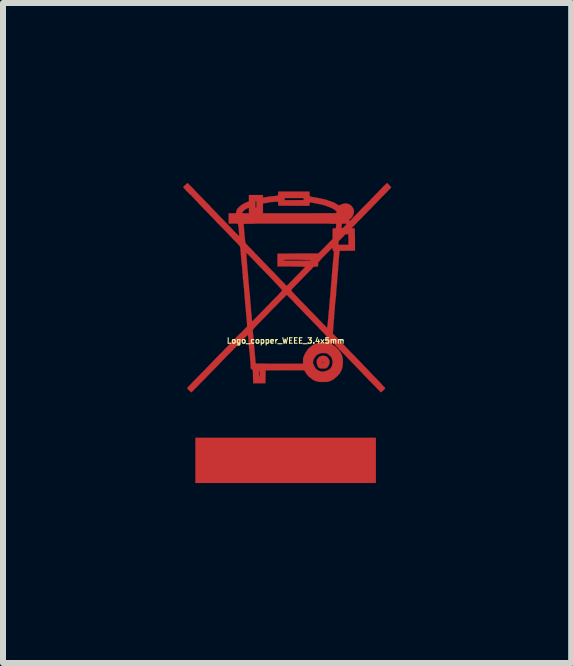
<source format=kicad_pcb>
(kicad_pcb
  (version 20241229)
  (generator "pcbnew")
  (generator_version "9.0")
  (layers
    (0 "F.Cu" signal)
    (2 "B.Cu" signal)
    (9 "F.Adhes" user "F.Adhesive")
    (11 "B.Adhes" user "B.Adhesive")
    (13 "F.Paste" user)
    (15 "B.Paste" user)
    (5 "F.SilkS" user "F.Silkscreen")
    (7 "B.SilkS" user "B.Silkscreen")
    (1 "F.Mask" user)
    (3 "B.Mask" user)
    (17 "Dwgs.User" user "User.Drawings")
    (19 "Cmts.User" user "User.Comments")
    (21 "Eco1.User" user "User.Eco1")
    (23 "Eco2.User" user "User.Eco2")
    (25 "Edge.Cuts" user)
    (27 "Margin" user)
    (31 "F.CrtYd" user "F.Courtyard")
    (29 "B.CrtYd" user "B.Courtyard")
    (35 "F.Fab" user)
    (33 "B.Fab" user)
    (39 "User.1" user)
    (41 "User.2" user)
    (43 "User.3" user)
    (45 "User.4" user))
  (footprint "Logo_copper_WEEE_3.4x5mm"
    (layer "F.Cu")
    (at 1.711 2.529)
    (property "Reference" "Logo_copper_WEEE_3.4x5mm" (at 0 0.1 0) (layer "F.SilkS") (effects (font (size 0.091 0.091) (thickness 0.018))))
    (attr exclude_from_pos_files exclude_from_bom)
    (fp_poly (pts (xy 1.504 2.471) (xy 0 2.471) (xy -1.504 2.471) (xy -1.504 2.093) (xy -1.504 1.717) (xy 0 1.717) (xy 1.504 1.717) (xy 1.504 2.093) (xy 1.504 2.471)) (stroke (width 0.003) (type solid)) (fill yes) (layer "F.Cu"))
    (fp_poly (pts (xy 0.732 0.457) (xy 0.729 0.475) (xy 0.726 0.49) (xy 0.721 0.503) (xy 0.711 0.521) (xy 0.696 0.544) (xy 0.681 0.554) (xy 0.673 0.559) (xy 0.658 0.561) (xy 0.638 0.564) (xy 0.63 0.564) (xy 0.63 0.457) (xy 0.625 0.452) (xy 0.617 0.452) (xy 0.615 0.455) (xy 0.612 0.462) (xy 0.617 0.47) (xy 0.622 0.472) (xy 0.627 0.467) (xy 0.63 0.465) (xy 0.63 0.457) (xy 0.63 0.564) (xy 0.615 0.564) (xy 0.592 0.564) (xy 0.577 0.561) (xy 0.554 0.551) (xy 0.536 0.531) (xy 0.526 0.505) (xy 0.518 0.472) (xy 0.518 0.457) (xy 0.518 0.437) (xy 0.521 0.422) (xy 0.526 0.409) (xy 0.536 0.396) (xy 0.556 0.371) (xy 0.579 0.358) (xy 0.61 0.351) (xy 0.625 0.351) (xy 0.653 0.353) (xy 0.676 0.361) (xy 0.696 0.376) (xy 0.711 0.396) (xy 0.721 0.411) (xy 0.729 0.424) (xy 0.729 0.437) (xy 0.732 0.457)) (stroke (width 0.003) (type solid)) (fill yes) (layer "F.Cu"))
    (fp_poly (pts (xy 1.758 -2.456) (xy 1.755 -2.451) (xy 1.745 -2.438) (xy 1.727 -2.423) (xy 1.707 -2.4) (xy 1.684 -2.375) (xy 1.656 -2.349) (xy 1.648 -2.339) (xy 1.618 -2.309) (xy 1.585 -2.276) (xy 1.554 -2.243) (xy 1.524 -2.212) (xy 1.501 -2.187) (xy 1.481 -2.169) (xy 1.466 -2.151) (xy 1.443 -2.129) (xy 1.415 -2.098) (xy 1.382 -2.068) (xy 1.349 -2.032) (xy 1.313 -1.996) (xy 1.28 -1.961) (xy 1.24 -1.92) (xy 1.204 -1.885) (xy 1.179 -1.857) (xy 1.156 -1.834) (xy 1.138 -1.816) (xy 1.125 -1.803) (xy 1.115 -1.793) (xy 1.11 -1.786) (xy 1.107 -1.783) (xy 1.105 -1.778) (xy 1.113 -1.775) (xy 1.125 -1.773) (xy 1.13 -1.773) (xy 1.153 -1.77) (xy 1.156 -1.585) (xy 1.156 -1.4) (xy 1.046 -1.4) (xy 1.046 -1.499) (xy 1.046 -1.585) (xy 1.044 -1.674) (xy 1.021 -1.674) (xy 1.013 -1.676) (xy 1.013 -1.844) (xy 1.013 -1.847) (xy 1.008 -1.849) (xy 0.993 -1.852) (xy 0.978 -1.852) (xy 0.96 -1.852) (xy 0.945 -1.849) (xy 0.94 -1.849) (xy 0.937 -1.841) (xy 0.935 -1.829) (xy 0.932 -1.811) (xy 0.932 -1.796) (xy 0.932 -1.781) (xy 0.932 -1.778) (xy 0.937 -1.773) (xy 0.947 -1.778) (xy 0.963 -1.788) (xy 0.98 -1.803) (xy 0.986 -1.808) (xy 0.998 -1.824) (xy 1.008 -1.836) (xy 1.013 -1.844) (xy 1.013 -1.676) (xy 0.998 -1.676) (xy 0.94 -1.615) (xy 0.881 -1.557) (xy 0.881 -1.527) (xy 0.881 -1.499) (xy 0.965 -1.499) (xy 1.046 -1.499) (xy 1.046 -1.4) (xy 1.029 -1.4) (xy 0.899 -1.397) (xy 0.897 -1.364) (xy 0.894 -1.346) (xy 0.892 -1.318) (xy 0.889 -1.29) (xy 0.886 -1.26) (xy 0.886 -1.257) (xy 0.884 -1.229) (xy 0.881 -1.201) (xy 0.881 -1.176) (xy 0.879 -1.161) (xy 0.879 -1.158) (xy 0.876 -1.143) (xy 0.876 -1.118) (xy 0.874 -1.087) (xy 0.871 -1.054) (xy 0.869 -1.021) (xy 0.866 -0.993) (xy 0.864 -0.968) (xy 0.861 -0.95) (xy 0.861 -0.927) (xy 0.859 -0.897) (xy 0.856 -0.866) (xy 0.856 -0.859) (xy 0.853 -0.831) (xy 0.851 -0.808) (xy 0.851 -0.79) (xy 0.848 -0.785) (xy 0.848 -2.04) (xy 0.848 -2.05) (xy 0.841 -2.06) (xy 0.828 -2.073) (xy 0.826 -2.075) (xy 0.808 -2.088) (xy 0.79 -2.098) (xy 0.78 -2.106) (xy 0.759 -2.113) (xy 0.742 -2.121) (xy 0.739 -2.123) (xy 0.691 -2.141) (xy 0.64 -2.159) (xy 0.579 -2.174) (xy 0.511 -2.187) (xy 0.47 -2.195) (xy 0.447 -2.2) (xy 0.427 -2.202) (xy 0.414 -2.205) (xy 0.409 -2.205) (xy 0.404 -2.205) (xy 0.401 -2.197) (xy 0.399 -2.182) (xy 0.399 -2.177) (xy 0.399 -2.149) (xy 0.3 -2.149) (xy 0.3 -2.278) (xy 0.142 -2.278) (xy -0.015 -2.278) (xy -0.015 -2.261) (xy -0.015 -2.243) (xy 0.14 -2.243) (xy 0.297 -2.245) (xy 0.3 -2.261) (xy 0.3 -2.278) (xy 0.3 -2.149) (xy 0.135 -2.149) (xy -0.124 -2.151) (xy -0.124 -2.184) (xy -0.127 -2.217) (xy -0.147 -2.217) (xy -0.168 -2.217) (xy -0.193 -2.215) (xy -0.218 -2.212) (xy -0.241 -2.21) (xy -0.259 -2.21) (xy -0.272 -2.207) (xy -0.277 -2.205) (xy -0.284 -2.202) (xy -0.3 -2.2) (xy -0.312 -2.197) (xy -0.333 -2.195) (xy -0.353 -2.192) (xy -0.361 -2.192) (xy -0.378 -2.189) (xy -0.378 -2.106) (xy -0.378 -2.024) (xy 0.234 -2.024) (xy 0.848 -2.027) (xy 0.848 -2.04) (xy 0.848 -0.785) (xy 0.848 -0.78) (xy 0.848 -0.777) (xy 0.846 -0.772) (xy 0.846 -0.757) (xy 0.846 -0.739) (xy 0.843 -0.732) (xy 0.843 -0.709) (xy 0.843 -0.699) (xy 0.843 -1.831) (xy 0.841 -1.844) (xy 0.838 -1.849) (xy 0.833 -1.849) (xy 0.818 -1.849) (xy 0.792 -1.849) (xy 0.759 -1.849) (xy 0.719 -1.852) (xy 0.671 -1.852) (xy 0.617 -1.852) (xy 0.559 -1.852) (xy 0.495 -1.852) (xy 0.427 -1.852) (xy 0.356 -1.852) (xy 0.282 -1.852) (xy 0.208 -1.852) (xy 0.13 -1.852) (xy 0.053 -1.852) (xy -0.023 -1.852) (xy -0.099 -1.852) (xy -0.173 -1.852) (xy -0.246 -1.852) (xy -0.315 -1.852) (xy -0.381 -1.852) (xy -0.442 -1.852) (xy -0.488 -1.852) (xy -0.488 -2.174) (xy -0.488 -2.2) (xy -0.488 -2.217) (xy -0.49 -2.228) (xy -0.493 -2.23) (xy -0.495 -2.23) (xy -0.498 -2.23) (xy -0.5 -2.223) (xy -0.503 -2.212) (xy -0.503 -2.192) (xy -0.503 -2.174) (xy -0.503 -2.151) (xy -0.5 -2.134) (xy -0.5 -2.121) (xy -0.5 -2.116) (xy -0.495 -2.113) (xy -0.49 -2.118) (xy -0.488 -2.134) (xy -0.488 -2.156) (xy -0.488 -2.174) (xy -0.488 -1.852) (xy -0.5 -1.852) (xy -0.551 -1.849) (xy -0.594 -1.849) (xy -0.612 -1.849) (xy -0.612 -2.024) (xy -0.612 -2.07) (xy -0.612 -2.09) (xy -0.612 -2.106) (xy -0.615 -2.116) (xy -0.615 -2.118) (xy -0.625 -2.113) (xy -0.64 -2.106) (xy -0.66 -2.095) (xy -0.678 -2.083) (xy -0.696 -2.07) (xy -0.699 -2.065) (xy -0.716 -2.05) (xy -0.724 -2.037) (xy -0.724 -2.029) (xy -0.716 -2.027) (xy -0.701 -2.024) (xy -0.673 -2.024) (xy -0.668 -2.024) (xy -0.612 -2.024) (xy -0.612 -1.849) (xy -0.632 -1.849) (xy -0.663 -1.849) (xy -0.683 -1.849) (xy -0.696 -1.847) (xy -0.699 -1.841) (xy -0.699 -1.826) (xy -0.696 -1.803) (xy -0.693 -1.775) (xy -0.693 -1.753) (xy -0.691 -1.72) (xy -0.686 -1.689) (xy -0.686 -1.664) (xy -0.683 -1.643) (xy -0.683 -1.633) (xy -0.678 -1.6) (xy -0.676 -1.572) (xy -0.673 -1.554) (xy -0.671 -1.539) (xy -0.668 -1.529) (xy -0.663 -1.521) (xy -0.658 -1.516) (xy -0.65 -1.509) (xy -0.638 -1.494) (xy -0.62 -1.473) (xy -0.594 -1.448) (xy -0.566 -1.42) (xy -0.536 -1.387) (xy -0.503 -1.351) (xy -0.467 -1.316) (xy -0.432 -1.28) (xy -0.396 -1.242) (xy -0.363 -1.206) (xy -0.345 -1.191) (xy -0.323 -1.166) (xy -0.297 -1.14) (xy -0.274 -1.115) (xy -0.254 -1.095) (xy -0.241 -1.082) (xy -0.218 -1.059) (xy -0.191 -1.031) (xy -0.163 -1.001) (xy -0.135 -0.973) (xy -0.107 -0.942) (xy -0.079 -0.912) (xy -0.053 -0.886) (xy -0.03 -0.864) (xy -0.013 -0.843) (xy 0 -0.831) (xy 0.008 -0.823) (xy 0.008 -0.82) (xy 0.015 -0.815) (xy 0.015 -0.813) (xy 0.02 -0.818) (xy 0.03 -0.828) (xy 0.046 -0.841) (xy 0.064 -0.859) (xy 0.071 -0.869) (xy 0.091 -0.889) (xy 0.117 -0.914) (xy 0.145 -0.945) (xy 0.175 -0.975) (xy 0.206 -1.006) (xy 0.226 -1.026) (xy 0.251 -1.052) (xy 0.274 -1.077) (xy 0.295 -1.097) (xy 0.31 -1.115) (xy 0.32 -1.125) (xy 0.325 -1.13) (xy 0.32 -1.133) (xy 0.305 -1.133) (xy 0.282 -1.133) (xy 0.249 -1.135) (xy 0.208 -1.135) (xy 0.16 -1.135) (xy 0.104 -1.138) (xy 0.094 -1.138) (xy -0.137 -1.138) (xy -0.137 -1.245) (xy -0.137 -1.351) (xy 0.203 -1.354) (xy 0.544 -1.354) (xy 0.582 -1.392) (xy 0.597 -1.407) (xy 0.617 -1.427) (xy 0.643 -1.453) (xy 0.668 -1.481) (xy 0.696 -1.506) (xy 0.701 -1.514) (xy 0.782 -1.595) (xy 0.782 -1.681) (xy 0.782 -1.714) (xy 0.782 -1.737) (xy 0.785 -1.753) (xy 0.785 -1.763) (xy 0.787 -1.768) (xy 0.79 -1.77) (xy 0.795 -1.773) (xy 0.805 -1.773) (xy 0.81 -1.773) (xy 0.826 -1.773) (xy 0.833 -1.775) (xy 0.838 -1.786) (xy 0.841 -1.803) (xy 0.841 -1.808) (xy 0.843 -1.831) (xy 0.843 -0.699) (xy 0.841 -0.683) (xy 0.841 -0.663) (xy 0.838 -0.643) (xy 0.836 -0.62) (xy 0.833 -0.594) (xy 0.831 -0.572) (xy 0.828 -0.551) (xy 0.828 -0.538) (xy 0.828 -0.536) (xy 0.826 -0.523) (xy 0.823 -0.505) (xy 0.823 -0.483) (xy 0.82 -0.465) (xy 0.82 -0.442) (xy 0.818 -0.419) (xy 0.818 -0.401) (xy 0.815 -0.396) (xy 0.815 -0.384) (xy 0.813 -0.363) (xy 0.813 -0.345) (xy 0.81 -0.333) (xy 0.808 -0.31) (xy 0.808 -0.279) (xy 0.803 -0.246) (xy 0.803 -0.231) (xy 0.803 -1.387) (xy 0.803 -1.394) (xy 0.8 -1.397) (xy 0.798 -1.4) (xy 0.792 -1.4) (xy 0.787 -1.402) (xy 0.785 -1.407) (xy 0.782 -1.42) (xy 0.782 -1.425) (xy 0.782 -1.438) (xy 0.78 -1.445) (xy 0.777 -1.448) (xy 0.772 -1.443) (xy 0.762 -1.433) (xy 0.747 -1.417) (xy 0.726 -1.397) (xy 0.704 -1.374) (xy 0.678 -1.349) (xy 0.653 -1.323) (xy 0.627 -1.298) (xy 0.605 -1.273) (xy 0.584 -1.25) (xy 0.566 -1.229) (xy 0.551 -1.214) (xy 0.544 -1.204) (xy 0.541 -1.201) (xy 0.541 -1.189) (xy 0.541 -1.173) (xy 0.541 -1.168) (xy 0.541 -1.156) (xy 0.541 -1.143) (xy 0.538 -1.143) (xy 0.533 -1.138) (xy 0.518 -1.135) (xy 0.503 -1.135) (xy 0.467 -1.133) (xy 0.429 -1.092) (xy 0.429 -1.242) (xy 0.427 -1.242) (xy 0.419 -1.245) (xy 0.404 -1.245) (xy 0.386 -1.247) (xy 0.358 -1.247) (xy 0.323 -1.247) (xy 0.279 -1.247) (xy 0.229 -1.25) (xy 0.198 -1.25) (xy 0.15 -1.25) (xy 0.107 -1.25) (xy 0.066 -1.25) (xy 0.03 -1.25) (xy 0 -1.25) (xy -0.018 -1.247) (xy -0.03 -1.247) (xy -0.033 -1.247) (xy -0.038 -1.242) (xy -0.038 -1.24) (xy -0.033 -1.24) (xy -0.018 -1.237) (xy 0.003 -1.237) (xy 0.033 -1.234) (xy 0.066 -1.234) (xy 0.104 -1.234) (xy 0.145 -1.234) (xy 0.188 -1.234) (xy 0.229 -1.234) (xy 0.272 -1.234) (xy 0.31 -1.234) (xy 0.345 -1.237) (xy 0.376 -1.237) (xy 0.401 -1.237) (xy 0.419 -1.24) (xy 0.427 -1.24) (xy 0.429 -1.242) (xy 0.429 -1.092) (xy 0.282 -0.942) (xy 0.246 -0.904) (xy 0.211 -0.869) (xy 0.18 -0.838) (xy 0.152 -0.808) (xy 0.13 -0.785) (xy 0.112 -0.765) (xy 0.099 -0.749) (xy 0.094 -0.742) (xy 0.097 -0.734) (xy 0.107 -0.721) (xy 0.119 -0.706) (xy 0.137 -0.686) (xy 0.142 -0.681) (xy 0.16 -0.663) (xy 0.183 -0.64) (xy 0.211 -0.61) (xy 0.239 -0.579) (xy 0.269 -0.549) (xy 0.3 -0.518) (xy 0.328 -0.488) (xy 0.356 -0.46) (xy 0.381 -0.432) (xy 0.404 -0.409) (xy 0.422 -0.391) (xy 0.434 -0.378) (xy 0.447 -0.366) (xy 0.462 -0.348) (xy 0.485 -0.328) (xy 0.511 -0.3) (xy 0.538 -0.272) (xy 0.566 -0.241) (xy 0.574 -0.234) (xy 0.602 -0.206) (xy 0.627 -0.178) (xy 0.65 -0.157) (xy 0.668 -0.137) (xy 0.681 -0.124) (xy 0.688 -0.119) (xy 0.688 -0.117) (xy 0.691 -0.122) (xy 0.693 -0.135) (xy 0.696 -0.147) (xy 0.699 -0.175) (xy 0.704 -0.211) (xy 0.706 -0.246) (xy 0.711 -0.282) (xy 0.711 -0.312) (xy 0.714 -0.335) (xy 0.716 -0.363) (xy 0.719 -0.391) (xy 0.721 -0.404) (xy 0.724 -0.432) (xy 0.726 -0.46) (xy 0.726 -0.483) (xy 0.729 -0.493) (xy 0.729 -0.508) (xy 0.732 -0.533) (xy 0.734 -0.564) (xy 0.737 -0.594) (xy 0.739 -0.615) (xy 0.742 -0.645) (xy 0.744 -0.678) (xy 0.747 -0.706) (xy 0.749 -0.726) (xy 0.749 -0.737) (xy 0.752 -0.759) (xy 0.752 -0.78) (xy 0.754 -0.792) (xy 0.757 -0.808) (xy 0.757 -0.828) (xy 0.759 -0.856) (xy 0.762 -0.884) (xy 0.767 -0.935) (xy 0.77 -0.991) (xy 0.775 -1.052) (xy 0.78 -1.11) (xy 0.785 -1.168) (xy 0.79 -1.219) (xy 0.792 -1.25) (xy 0.798 -1.293) (xy 0.8 -1.328) (xy 0.803 -1.354) (xy 0.803 -1.372) (xy 0.803 -1.387) (xy 0.803 -0.231) (xy 0.8 -0.206) (xy 0.798 -0.168) (xy 0.798 -0.165) (xy 0.787 -0.02) (xy 0.803 0) (xy 0.81 0.005) (xy 0.826 0.02) (xy 0.846 0.041) (xy 0.869 0.066) (xy 0.894 0.091) (xy 0.922 0.119) (xy 0.922 0.122) (xy 0.95 0.15) (xy 0.98 0.18) (xy 1.006 0.208) (xy 1.031 0.234) (xy 1.052 0.254) (xy 1.062 0.267) (xy 1.077 0.282) (xy 1.097 0.302) (xy 1.123 0.328) (xy 1.151 0.356) (xy 1.179 0.386) (xy 1.196 0.404) (xy 1.224 0.432) (xy 1.252 0.462) (xy 1.28 0.49) (xy 1.303 0.516) (xy 1.321 0.536) (xy 1.331 0.544) (xy 1.346 0.559) (xy 1.367 0.582) (xy 1.392 0.607) (xy 1.42 0.638) (xy 1.448 0.668) (xy 1.471 0.691) (xy 1.519 0.739) (xy 1.56 0.782) (xy 1.593 0.818) (xy 1.618 0.846) (xy 1.638 0.866) (xy 1.651 0.881) (xy 1.659 0.889) (xy 1.656 0.897) (xy 1.648 0.907) (xy 1.636 0.919) (xy 1.621 0.932) (xy 1.608 0.945) (xy 1.595 0.955) (xy 1.587 0.96) (xy 1.582 0.955) (xy 1.572 0.947) (xy 1.56 0.932) (xy 1.552 0.925) (xy 1.537 0.909) (xy 1.519 0.892) (xy 1.496 0.866) (xy 1.471 0.841) (xy 1.443 0.813) (xy 1.425 0.792) (xy 1.394 0.765) (xy 1.367 0.734) (xy 1.339 0.704) (xy 1.313 0.678) (xy 1.293 0.658) (xy 1.285 0.648) (xy 1.267 0.63) (xy 1.245 0.607) (xy 1.217 0.577) (xy 1.184 0.544) (xy 1.148 0.505) (xy 1.11 0.467) (xy 1.072 0.427) (xy 1.031 0.386) (xy 0.993 0.345) (xy 0.955 0.307) (xy 0.922 0.272) (xy 0.909 0.259) (xy 0.884 0.234) (xy 0.861 0.208) (xy 0.841 0.188) (xy 0.823 0.168) (xy 0.81 0.155) (xy 0.795 0.14) (xy 0.782 0.13) (xy 0.775 0.13) (xy 0.772 0.14) (xy 0.772 0.145) (xy 0.775 0.157) (xy 0.782 0.165) (xy 0.795 0.175) (xy 0.8 0.178) (xy 0.823 0.193) (xy 0.848 0.216) (xy 0.871 0.239) (xy 0.894 0.264) (xy 0.909 0.287) (xy 0.914 0.295) (xy 0.93 0.325) (xy 0.94 0.351) (xy 0.947 0.371) (xy 0.953 0.394) (xy 0.953 0.419) (xy 0.955 0.452) (xy 0.955 0.455) (xy 0.953 0.503) (xy 0.947 0.541) (xy 0.937 0.574) (xy 0.925 0.602) (xy 0.922 0.607) (xy 0.914 0.622) (xy 0.909 0.632) (xy 0.899 0.65) (xy 0.881 0.668) (xy 0.861 0.691) (xy 0.838 0.711) (xy 0.813 0.732) (xy 0.79 0.749) (xy 0.782 0.752) (xy 0.782 0.462) (xy 0.782 0.445) (xy 0.78 0.427) (xy 0.777 0.419) (xy 0.772 0.404) (xy 0.77 0.394) (xy 0.765 0.384) (xy 0.754 0.368) (xy 0.739 0.351) (xy 0.721 0.335) (xy 0.706 0.323) (xy 0.696 0.318) (xy 0.686 0.312) (xy 0.683 0.312) (xy 0.683 0.033) (xy 0.683 0.03) (xy 0.683 0.025) (xy 0.678 0.023) (xy 0.673 0.015) (xy 0.668 0.008) (xy 0.658 -0.003) (xy 0.643 -0.018) (xy 0.627 -0.036) (xy 0.605 -0.058) (xy 0.579 -0.084) (xy 0.549 -0.117) (xy 0.513 -0.155) (xy 0.47 -0.198) (xy 0.422 -0.249) (xy 0.368 -0.305) (xy 0.33 -0.343) (xy 0.292 -0.384) (xy 0.249 -0.427) (xy 0.208 -0.47) (xy 0.17 -0.508) (xy 0.137 -0.544) (xy 0.132 -0.551) (xy 0.104 -0.579) (xy 0.079 -0.605) (xy 0.056 -0.627) (xy 0.038 -0.645) (xy 0.025 -0.658) (xy 0.018 -0.663) (xy 0.015 -0.663) (xy 0.013 -0.66) (xy 0 -0.65) (xy -0.013 -0.632) (xy -0.036 -0.612) (xy -0.058 -0.589) (xy -0.058 -0.742) (xy -0.061 -0.747) (xy -0.071 -0.759) (xy -0.089 -0.777) (xy -0.109 -0.8) (xy -0.135 -0.828) (xy -0.165 -0.859) (xy -0.188 -0.884) (xy -0.251 -0.95) (xy -0.307 -1.008) (xy -0.356 -1.059) (xy -0.401 -1.105) (xy -0.442 -1.146) (xy -0.478 -1.184) (xy -0.508 -1.217) (xy -0.528 -1.237) (xy -0.561 -1.273) (xy -0.589 -1.3) (xy -0.61 -1.321) (xy -0.627 -1.339) (xy -0.638 -1.349) (xy -0.645 -1.356) (xy -0.65 -1.361) (xy -0.653 -1.364) (xy -0.655 -1.364) (xy -0.655 -1.359) (xy -0.655 -1.344) (xy -0.653 -1.323) (xy -0.653 -1.3) (xy -0.648 -1.25) (xy -0.645 -1.209) (xy -0.643 -1.176) (xy -0.64 -1.148) (xy -0.64 -1.13) (xy -0.638 -1.115) (xy -0.638 -1.102) (xy -0.635 -1.092) (xy -0.635 -1.09) (xy -0.635 -1.074) (xy -0.632 -1.054) (xy -0.63 -1.026) (xy -0.627 -0.998) (xy -0.627 -0.996) (xy -0.625 -0.965) (xy -0.622 -0.937) (xy -0.62 -0.912) (xy -0.62 -0.894) (xy -0.617 -0.856) (xy -0.612 -0.82) (xy -0.61 -0.787) (xy -0.607 -0.759) (xy -0.605 -0.737) (xy -0.605 -0.724) (xy -0.605 -0.721) (xy -0.602 -0.711) (xy -0.599 -0.688) (xy -0.597 -0.66) (xy -0.594 -0.63) (xy -0.592 -0.592) (xy -0.589 -0.556) (xy -0.587 -0.536) (xy -0.587 -0.516) (xy -0.584 -0.495) (xy -0.582 -0.485) (xy -0.582 -0.472) (xy -0.579 -0.452) (xy -0.577 -0.429) (xy -0.577 -0.422) (xy -0.577 -0.396) (xy -0.574 -0.368) (xy -0.569 -0.343) (xy -0.569 -0.34) (xy -0.566 -0.315) (xy -0.566 -0.287) (xy -0.564 -0.269) (xy -0.564 -0.249) (xy -0.561 -0.234) (xy -0.559 -0.229) (xy -0.554 -0.226) (xy -0.551 -0.231) (xy -0.538 -0.241) (xy -0.523 -0.257) (xy -0.5 -0.279) (xy -0.475 -0.305) (xy -0.447 -0.333) (xy -0.417 -0.366) (xy -0.401 -0.381) (xy -0.363 -0.419) (xy -0.325 -0.46) (xy -0.284 -0.5) (xy -0.246 -0.541) (xy -0.211 -0.577) (xy -0.178 -0.61) (xy -0.155 -0.632) (xy -0.127 -0.66) (xy -0.104 -0.686) (xy -0.084 -0.709) (xy -0.069 -0.724) (xy -0.061 -0.737) (xy -0.058 -0.742) (xy -0.058 -0.589) (xy -0.061 -0.587) (xy -0.091 -0.556) (xy -0.122 -0.523) (xy -0.15 -0.495) (xy -0.188 -0.457) (xy -0.229 -0.417) (xy -0.267 -0.376) (xy -0.307 -0.335) (xy -0.343 -0.297) (xy -0.373 -0.267) (xy -0.401 -0.239) (xy -0.406 -0.231) (xy -0.442 -0.196) (xy -0.472 -0.165) (xy -0.495 -0.142) (xy -0.513 -0.122) (xy -0.526 -0.109) (xy -0.536 -0.097) (xy -0.541 -0.089) (xy -0.546 -0.081) (xy -0.546 -0.076) (xy -0.546 -0.069) (xy -0.546 -0.064) (xy -0.546 -0.061) (xy -0.546 -0.048) (xy -0.544 -0.025) (xy -0.541 0) (xy -0.538 0.028) (xy -0.538 0.03) (xy -0.533 0.094) (xy -0.528 0.16) (xy -0.521 0.231) (xy -0.518 0.269) (xy -0.516 0.295) (xy -0.513 0.323) (xy -0.511 0.345) (xy -0.511 0.356) (xy -0.508 0.376) (xy -0.505 0.404) (xy -0.505 0.424) (xy -0.503 0.445) (xy -0.5 0.462) (xy -0.5 0.472) (xy -0.498 0.475) (xy -0.495 0.475) (xy -0.493 0.478) (xy -0.485 0.478) (xy -0.475 0.48) (xy -0.46 0.48) (xy -0.442 0.48) (xy -0.417 0.48) (xy -0.386 0.48) (xy -0.348 0.48) (xy -0.302 0.483) (xy -0.249 0.483) (xy -0.188 0.483) (xy -0.117 0.483) (xy -0.102 0.483) (xy 0.29 0.483) (xy 0.29 0.434) (xy 0.29 0.411) (xy 0.292 0.394) (xy 0.292 0.384) (xy 0.295 0.381) (xy 0.297 0.373) (xy 0.305 0.358) (xy 0.31 0.343) (xy 0.32 0.318) (xy 0.338 0.29) (xy 0.356 0.262) (xy 0.373 0.239) (xy 0.384 0.226) (xy 0.401 0.211) (xy 0.422 0.196) (xy 0.439 0.183) (xy 0.452 0.173) (xy 0.462 0.165) (xy 0.465 0.165) (xy 0.475 0.163) (xy 0.48 0.16) (xy 0.498 0.152) (xy 0.518 0.145) (xy 0.526 0.142) (xy 0.533 0.14) (xy 0.551 0.137) (xy 0.574 0.135) (xy 0.599 0.135) (xy 0.602 0.135) (xy 0.671 0.132) (xy 0.678 0.086) (xy 0.681 0.066) (xy 0.683 0.046) (xy 0.683 0.033) (xy 0.683 0.312) (xy 0.665 0.307) (xy 0.645 0.305) (xy 0.643 0.305) (xy 0.62 0.305) (xy 0.602 0.305) (xy 0.584 0.31) (xy 0.572 0.312) (xy 0.554 0.32) (xy 0.533 0.33) (xy 0.516 0.343) (xy 0.503 0.353) (xy 0.498 0.363) (xy 0.493 0.371) (xy 0.485 0.381) (xy 0.483 0.386) (xy 0.472 0.399) (xy 0.465 0.419) (xy 0.46 0.439) (xy 0.455 0.457) (xy 0.455 0.475) (xy 0.46 0.483) (xy 0.46 0.485) (xy 0.465 0.493) (xy 0.465 0.498) (xy 0.47 0.505) (xy 0.475 0.521) (xy 0.485 0.538) (xy 0.488 0.541) (xy 0.503 0.564) (xy 0.518 0.579) (xy 0.536 0.592) (xy 0.569 0.607) (xy 0.599 0.615) (xy 0.63 0.615) (xy 0.665 0.607) (xy 0.704 0.592) (xy 0.734 0.572) (xy 0.759 0.544) (xy 0.775 0.511) (xy 0.782 0.472) (xy 0.782 0.462) (xy 0.782 0.752) (xy 0.772 0.757) (xy 0.749 0.77) (xy 0.729 0.777) (xy 0.714 0.782) (xy 0.696 0.785) (xy 0.673 0.787) (xy 0.645 0.787) (xy 0.625 0.787) (xy 0.594 0.787) (xy 0.572 0.787) (xy 0.551 0.785) (xy 0.536 0.782) (xy 0.518 0.777) (xy 0.495 0.77) (xy 0.47 0.759) (xy 0.452 0.749) (xy 0.434 0.737) (xy 0.427 0.729) (xy 0.414 0.719) (xy 0.404 0.711) (xy 0.399 0.711) (xy 0.394 0.706) (xy 0.384 0.696) (xy 0.381 0.693) (xy 0.371 0.681) (xy 0.358 0.663) (xy 0.353 0.66) (xy 0.34 0.643) (xy 0.328 0.622) (xy 0.325 0.617) (xy 0.318 0.602) (xy 0.305 0.594) (xy 0.297 0.592) (xy 0.279 0.592) (xy 0.254 0.592) (xy 0.221 0.592) (xy 0.183 0.592) (xy 0.137 0.592) (xy 0.089 0.592) (xy 0.036 0.592) (xy -0.02 0.592) (xy -0.333 0.594) (xy -0.335 0.704) (xy -0.338 0.81) (xy -0.434 0.81) (xy -0.434 0.648) (xy -0.434 0.625) (xy -0.437 0.607) (xy -0.439 0.597) (xy -0.442 0.602) (xy -0.445 0.615) (xy -0.445 0.635) (xy -0.445 0.648) (xy -0.445 0.673) (xy -0.445 0.688) (xy -0.442 0.699) (xy -0.439 0.699) (xy -0.437 0.693) (xy -0.437 0.681) (xy -0.434 0.66) (xy -0.434 0.648) (xy -0.434 0.81) (xy -0.439 0.81) (xy -0.541 0.81) (xy -0.544 0.701) (xy -0.546 0.592) (xy -0.566 0.574) (xy -0.579 0.564) (xy -0.584 0.554) (xy -0.584 0.544) (xy -0.584 0.541) (xy -0.584 0.531) (xy -0.584 0.513) (xy -0.587 0.488) (xy -0.587 0.457) (xy -0.592 0.422) (xy -0.594 0.384) (xy -0.597 0.345) (xy -0.599 0.307) (xy -0.605 0.272) (xy -0.607 0.254) (xy -0.61 0.229) (xy -0.612 0.196) (xy -0.615 0.163) (xy -0.617 0.137) (xy -0.62 0.091) (xy -0.622 0.056) (xy -0.627 0.028) (xy -0.627 0.013) (xy -0.63 0.005) (xy -0.632 0.005) (xy -0.64 0.013) (xy -0.653 0.023) (xy -0.671 0.041) (xy -0.693 0.064) (xy -0.721 0.091) (xy -0.754 0.127) (xy -0.795 0.168) (xy -0.843 0.216) (xy -0.889 0.264) (xy -0.983 0.358) (xy -1.069 0.447) (xy -1.148 0.531) (xy -1.222 0.605) (xy -1.288 0.673) (xy -1.346 0.734) (xy -1.4 0.787) (xy -1.445 0.833) (xy -1.483 0.874) (xy -1.516 0.904) (xy -1.539 0.93) (xy -1.557 0.947) (xy -1.567 0.958) (xy -1.572 0.96) (xy -1.577 0.955) (xy -1.587 0.947) (xy -1.603 0.935) (xy -1.608 0.93) (xy -1.623 0.914) (xy -1.633 0.902) (xy -1.638 0.892) (xy -1.641 0.892) (xy -1.636 0.884) (xy -1.626 0.871) (xy -1.608 0.851) (xy -1.582 0.826) (xy -1.552 0.792) (xy -1.514 0.754) (xy -1.471 0.709) (xy -1.42 0.658) (xy -1.364 0.602) (xy -1.351 0.589) (xy -1.333 0.572) (xy -1.311 0.546) (xy -1.285 0.521) (xy -1.26 0.493) (xy -1.242 0.475) (xy -1.222 0.455) (xy -1.194 0.424) (xy -1.161 0.391) (xy -1.123 0.351) (xy -1.082 0.31) (xy -1.036 0.264) (xy -0.993 0.218) (xy -0.947 0.173) (xy -0.902 0.124) (xy -0.859 0.081) (xy -0.818 0.038) (xy -0.78 0) (xy -0.747 -0.03) (xy -0.734 -0.043) (xy -0.643 -0.137) (xy -0.645 -0.191) (xy -0.648 -0.221) (xy -0.65 -0.254) (xy -0.653 -0.282) (xy -0.653 -0.292) (xy -0.655 -0.307) (xy -0.658 -0.333) (xy -0.66 -0.366) (xy -0.663 -0.404) (xy -0.668 -0.445) (xy -0.671 -0.49) (xy -0.676 -0.536) (xy -0.678 -0.582) (xy -0.683 -0.625) (xy -0.686 -0.665) (xy -0.688 -0.699) (xy -0.691 -0.726) (xy -0.693 -0.747) (xy -0.693 -0.767) (xy -0.696 -0.787) (xy -0.699 -0.8) (xy -0.699 -0.813) (xy -0.701 -0.836) (xy -0.704 -0.864) (xy -0.706 -0.894) (xy -0.711 -0.927) (xy -0.714 -0.963) (xy -0.714 -0.965) (xy -0.714 -0.988) (xy -0.716 -1.008) (xy -0.719 -1.024) (xy -0.721 -1.041) (xy -0.721 -1.062) (xy -0.724 -1.082) (xy -0.724 -1.1) (xy -0.726 -1.123) (xy -0.729 -1.151) (xy -0.732 -1.184) (xy -0.737 -1.224) (xy -0.742 -1.275) (xy -0.742 -1.283) (xy -0.744 -1.311) (xy -0.747 -1.344) (xy -0.749 -1.379) (xy -0.752 -1.4) (xy -0.754 -1.425) (xy -0.757 -1.448) (xy -0.759 -1.463) (xy -0.762 -1.471) (xy -0.767 -1.478) (xy -0.777 -1.488) (xy -0.795 -1.509) (xy -0.815 -1.532) (xy -0.843 -1.56) (xy -0.874 -1.59) (xy -0.907 -1.626) (xy -0.94 -1.661) (xy -0.975 -1.699) (xy -1.013 -1.737) (xy -1.044 -1.77) (xy -1.074 -1.798) (xy -1.102 -1.829) (xy -1.128 -1.854) (xy -1.151 -1.877) (xy -1.166 -1.895) (xy -1.179 -1.908) (xy -1.181 -1.91) (xy -1.191 -1.92) (xy -1.206 -1.938) (xy -1.229 -1.961) (xy -1.255 -1.986) (xy -1.28 -2.014) (xy -1.311 -2.045) (xy -1.313 -2.047) (xy -1.346 -2.08) (xy -1.382 -2.118) (xy -1.417 -2.154) (xy -1.45 -2.189) (xy -1.481 -2.223) (xy -1.501 -2.243) (xy -1.527 -2.271) (xy -1.554 -2.299) (xy -1.58 -2.327) (xy -1.605 -2.349) (xy -1.623 -2.367) (xy -1.626 -2.372) (xy -1.646 -2.39) (xy -1.664 -2.41) (xy -1.681 -2.428) (xy -1.689 -2.438) (xy -1.709 -2.461) (xy -1.674 -2.494) (xy -1.659 -2.51) (xy -1.646 -2.52) (xy -1.638 -2.527) (xy -1.636 -2.527) (xy -1.631 -2.525) (xy -1.621 -2.515) (xy -1.603 -2.497) (xy -1.582 -2.477) (xy -1.56 -2.454) (xy -1.539 -2.433) (xy -1.509 -2.4) (xy -1.476 -2.365) (xy -1.438 -2.327) (xy -1.4 -2.289) (xy -1.364 -2.25) (xy -1.349 -2.235) (xy -1.321 -2.205) (xy -1.29 -2.177) (xy -1.265 -2.149) (xy -1.242 -2.123) (xy -1.222 -2.103) (xy -1.212 -2.09) (xy -1.196 -2.078) (xy -1.179 -2.057) (xy -1.153 -2.032) (xy -1.128 -2.004) (xy -1.1 -1.976) (xy -1.074 -1.948) (xy -1.044 -1.92) (xy -1.016 -1.89) (xy -0.991 -1.864) (xy -0.968 -1.839) (xy -0.95 -1.821) (xy -0.937 -1.808) (xy -0.904 -1.773) (xy -0.876 -1.742) (xy -0.848 -1.714) (xy -0.823 -1.689) (xy -0.803 -1.669) (xy -0.787 -1.654) (xy -0.78 -1.646) (xy -0.777 -1.643) (xy -0.775 -1.648) (xy -0.775 -1.661) (xy -0.775 -1.664) (xy -0.775 -1.676) (xy -0.777 -1.697) (xy -0.78 -1.722) (xy -0.78 -1.742) (xy -0.782 -1.768) (xy -0.785 -1.788) (xy -0.787 -1.803) (xy -0.79 -1.808) (xy -0.792 -1.819) (xy -0.79 -1.824) (xy -0.79 -1.834) (xy -0.792 -1.841) (xy -0.795 -1.847) (xy -0.8 -1.849) (xy -0.808 -1.852) (xy -0.82 -1.852) (xy -0.841 -1.852) (xy -0.869 -1.852) (xy -0.874 -1.852) (xy -0.95 -1.852) (xy -0.95 -1.938) (xy -0.95 -2.024) (xy -0.889 -2.024) (xy -0.828 -2.027) (xy -0.823 -2.05) (xy -0.82 -2.068) (xy -0.815 -2.083) (xy -0.815 -2.085) (xy -0.805 -2.098) (xy -0.79 -2.116) (xy -0.772 -2.134) (xy -0.752 -2.149) (xy -0.734 -2.164) (xy -0.716 -2.177) (xy -0.704 -2.184) (xy -0.699 -2.184) (xy -0.688 -2.187) (xy -0.681 -2.195) (xy -0.671 -2.202) (xy -0.663 -2.205) (xy -0.653 -2.207) (xy -0.638 -2.212) (xy -0.632 -2.215) (xy -0.612 -2.225) (xy -0.612 -2.278) (xy -0.612 -2.329) (xy -0.495 -2.329) (xy -0.378 -2.329) (xy -0.378 -2.309) (xy -0.378 -2.286) (xy -0.345 -2.291) (xy -0.325 -2.294) (xy -0.307 -2.296) (xy -0.297 -2.299) (xy -0.287 -2.301) (xy -0.267 -2.304) (xy -0.244 -2.306) (xy -0.216 -2.309) (xy -0.208 -2.309) (xy -0.183 -2.311) (xy -0.16 -2.314) (xy -0.142 -2.319) (xy -0.132 -2.322) (xy -0.13 -2.322) (xy -0.124 -2.332) (xy -0.124 -2.349) (xy -0.124 -2.355) (xy -0.127 -2.385) (xy 0.135 -2.385) (xy 0.396 -2.385) (xy 0.399 -2.347) (xy 0.401 -2.309) (xy 0.424 -2.301) (xy 0.439 -2.296) (xy 0.462 -2.294) (xy 0.485 -2.289) (xy 0.49 -2.289) (xy 0.518 -2.283) (xy 0.549 -2.278) (xy 0.582 -2.271) (xy 0.617 -2.263) (xy 0.65 -2.256) (xy 0.681 -2.248) (xy 0.704 -2.24) (xy 0.721 -2.233) (xy 0.726 -2.23) (xy 0.739 -2.228) (xy 0.744 -2.225) (xy 0.754 -2.225) (xy 0.767 -2.217) (xy 0.775 -2.215) (xy 0.787 -2.21) (xy 0.8 -2.205) (xy 0.803 -2.205) (xy 0.813 -2.202) (xy 0.82 -2.195) (xy 0.831 -2.187) (xy 0.836 -2.184) (xy 0.843 -2.182) (xy 0.853 -2.174) (xy 0.864 -2.169) (xy 0.886 -2.154) (xy 0.922 -2.169) (xy 0.96 -2.184) (xy 0.996 -2.189) (xy 1.031 -2.184) (xy 1.049 -2.179) (xy 1.079 -2.162) (xy 1.102 -2.141) (xy 1.12 -2.116) (xy 1.125 -2.108) (xy 1.135 -2.083) (xy 1.14 -2.06) (xy 1.138 -2.035) (xy 1.13 -2.007) (xy 1.125 -1.994) (xy 1.115 -1.971) (xy 1.107 -1.958) (xy 1.097 -1.948) (xy 1.085 -1.938) (xy 1.067 -1.925) (xy 1.059 -1.913) (xy 1.059 -1.897) (xy 1.059 -1.895) (xy 1.064 -1.895) (xy 1.069 -1.9) (xy 1.082 -1.91) (xy 1.1 -1.925) (xy 1.123 -1.951) (xy 1.125 -1.951) (xy 1.14 -1.971) (xy 1.166 -1.994) (xy 1.194 -2.024) (xy 1.227 -2.057) (xy 1.26 -2.093) (xy 1.295 -2.129) (xy 1.331 -2.164) (xy 1.367 -2.2) (xy 1.402 -2.235) (xy 1.435 -2.271) (xy 1.468 -2.304) (xy 1.496 -2.334) (xy 1.521 -2.357) (xy 1.539 -2.377) (xy 1.575 -2.416) (xy 1.608 -2.449) (xy 1.636 -2.479) (xy 1.659 -2.499) (xy 1.676 -2.517) (xy 1.687 -2.525) (xy 1.689 -2.527) (xy 1.697 -2.525) (xy 1.707 -2.515) (xy 1.72 -2.502) (xy 1.732 -2.487) (xy 1.745 -2.474) (xy 1.755 -2.461) (xy 1.758 -2.456)) (stroke (width 0.003) (type solid)) (fill yes) (layer "F.Cu")))
  (gr_rect
    (start -3 -3)
    (end 6.47 8.001)
    (stroke (width 0.1) (type default))
    (fill no)
    (layer "Edge.Cuts")))
</source>
